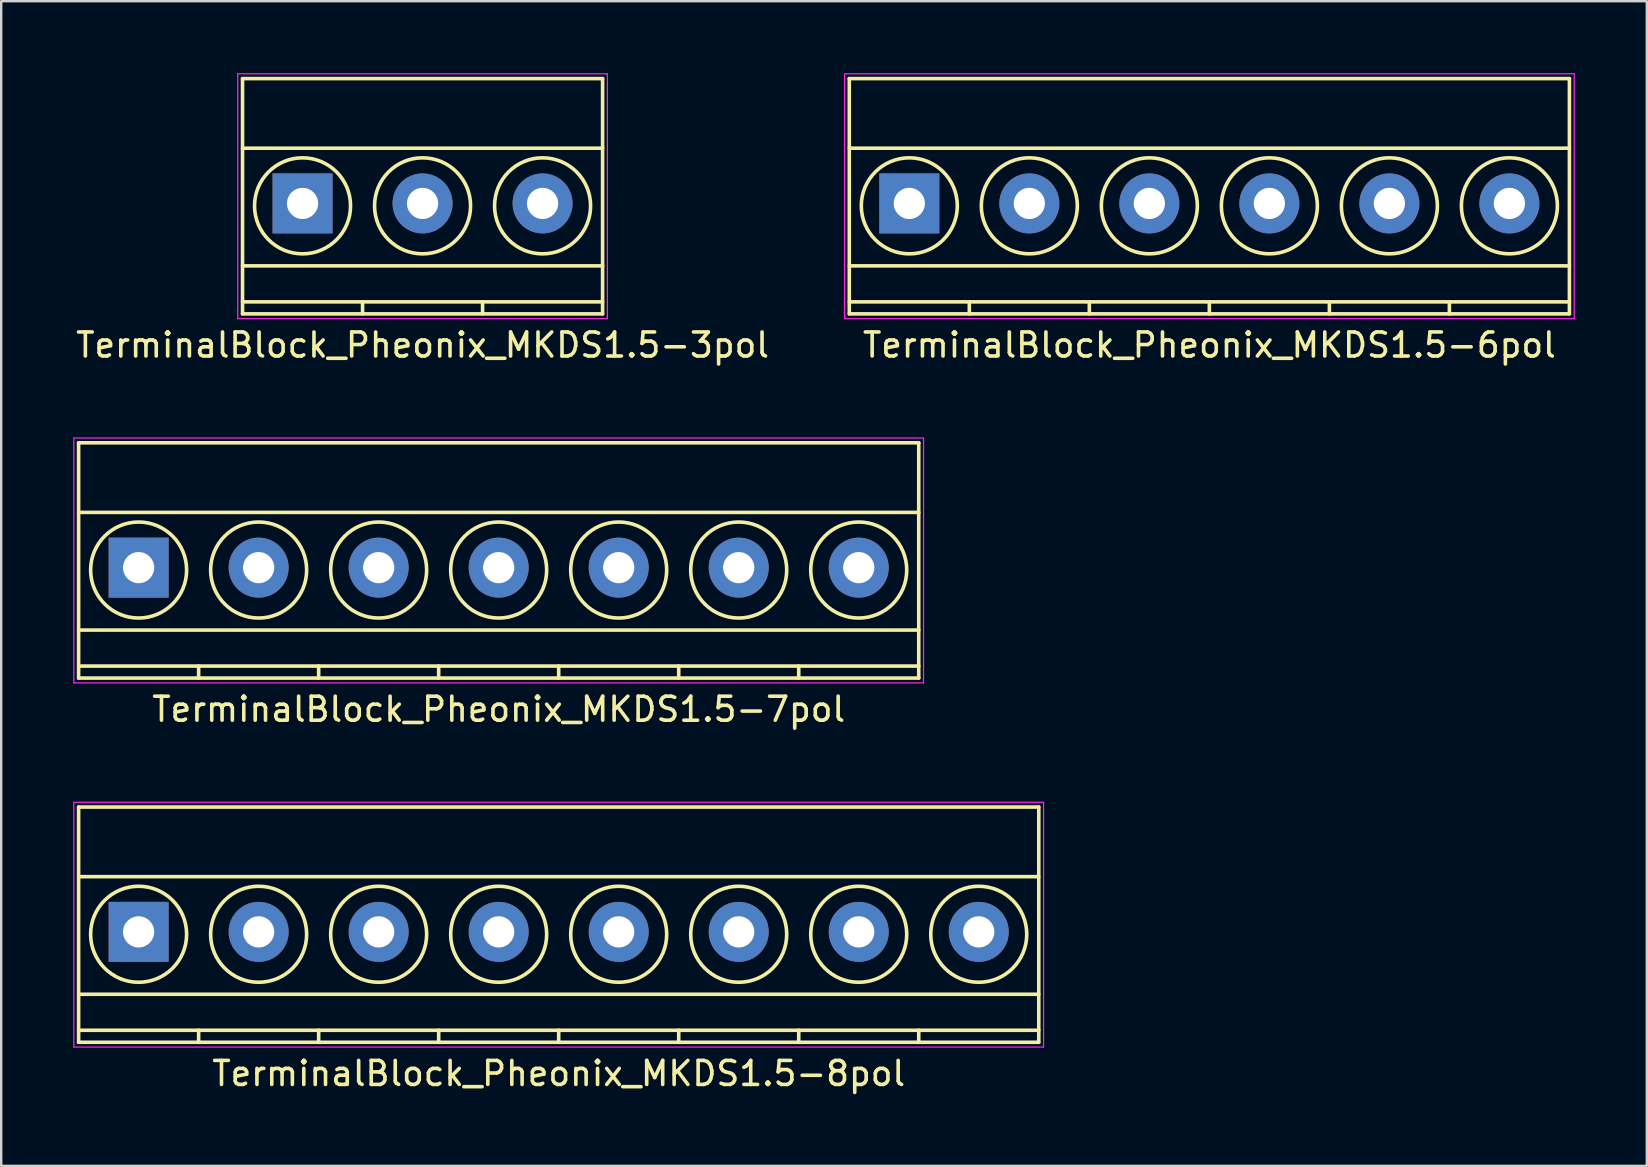
<source format=kicad_pcb>
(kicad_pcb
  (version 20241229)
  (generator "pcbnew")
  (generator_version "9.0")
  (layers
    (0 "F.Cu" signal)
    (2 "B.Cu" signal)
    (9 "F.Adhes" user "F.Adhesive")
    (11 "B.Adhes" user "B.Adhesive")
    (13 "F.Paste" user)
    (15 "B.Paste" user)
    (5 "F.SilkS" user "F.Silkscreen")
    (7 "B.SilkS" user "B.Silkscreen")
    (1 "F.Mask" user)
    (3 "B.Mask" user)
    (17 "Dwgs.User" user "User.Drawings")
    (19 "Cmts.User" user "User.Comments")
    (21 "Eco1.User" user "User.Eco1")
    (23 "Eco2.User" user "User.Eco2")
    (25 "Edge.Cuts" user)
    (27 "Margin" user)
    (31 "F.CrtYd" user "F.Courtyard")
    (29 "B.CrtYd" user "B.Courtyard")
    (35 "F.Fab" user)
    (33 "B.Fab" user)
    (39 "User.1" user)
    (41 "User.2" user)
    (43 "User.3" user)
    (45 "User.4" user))
  (footprint "TerminalBlock_Pheonix_MKDS1.5-8pol"
    (layer "F.Cu")
    (at 2.725 35.772)
    (property "Reference" "TerminalBlock_Pheonix_MKDS1.5-8pol" (at 17.5 5.9 0) (layer "F.SilkS") (effects (font (size 1 1) (thickness 0.15))))
    (attr through_hole)
    (fp_line (start -2.5 -5.2) (end -2.5 4.6) (stroke (width 0.15) (type solid)) (layer "F.SilkS"))
    (fp_line (start -2.5 -2.3) (end 37.5 -2.3) (stroke (width 0.15) (type solid)) (layer "F.SilkS"))
    (fp_line (start -2.5 2.6) (end 37.5 2.6) (stroke (width 0.15) (type solid)) (layer "F.SilkS"))
    (fp_line (start -2.5 4.1) (end 37.5 4.1) (stroke (width 0.15) (type solid)) (layer "F.SilkS"))
    (fp_line (start -2.5 4.6) (end 37.5 4.6) (stroke (width 0.15) (type solid)) (layer "F.SilkS"))
    (fp_line (start 2.5 4.1) (end 2.5 4.6) (stroke (width 0.15) (type solid)) (layer "F.SilkS"))
    (fp_line (start 7.5 4.1) (end 7.5 4.6) (stroke (width 0.15) (type solid)) (layer "F.SilkS"))
    (fp_line (start 12.5 4.1) (end 12.5 4.6) (stroke (width 0.15) (type solid)) (layer "F.SilkS"))
    (fp_line (start 17.5 4.1) (end 17.5 4.6) (stroke (width 0.15) (type solid)) (layer "F.SilkS"))
    (fp_line (start 22.5 4.1) (end 22.5 4.6) (stroke (width 0.15) (type solid)) (layer "F.SilkS"))
    (fp_line (start 27.5 4.1) (end 27.5 4.6) (stroke (width 0.15) (type solid)) (layer "F.SilkS"))
    (fp_line (start 32.5 4.1) (end 32.5 4.6) (stroke (width 0.15) (type solid)) (layer "F.SilkS"))
    (fp_line (start 37.5 -5.2) (end -2.5 -5.2) (stroke (width 0.15) (type solid)) (layer "F.SilkS"))
    (fp_line (start 37.5 4.6) (end 37.5 -5.2) (stroke (width 0.15) (type solid)) (layer "F.SilkS"))
    (fp_circle (center 0 0.1) (end 2 0.1) (stroke (width 0.15) (type solid)) (fill no) (layer "F.SilkS"))
    (fp_circle (center 5 0.1) (end 3 0.1) (stroke (width 0.15) (type solid)) (fill no) (layer "F.SilkS"))
    (fp_circle (center 10 0.1) (end 8 0.1) (stroke (width 0.15) (type solid)) (fill no) (layer "F.SilkS"))
    (fp_circle (center 15 0.1) (end 13 0.1) (stroke (width 0.15) (type solid)) (fill no) (layer "F.SilkS"))
    (fp_circle (center 20 0.1) (end 18 0.1) (stroke (width 0.15) (type solid)) (fill no) (layer "F.SilkS"))
    (fp_circle (center 25 0.1) (end 23 0.1) (stroke (width 0.15) (type solid)) (fill no) (layer "F.SilkS"))
    (fp_circle (center 30 0.1) (end 28 0.1) (stroke (width 0.15) (type solid)) (fill no) (layer "F.SilkS"))
    (fp_circle (center 35 0.1) (end 33 0.1) (stroke (width 0.15) (type solid)) (fill no) (layer "F.SilkS"))
    (fp_line (start -2.7 -5.4) (end 37.7 -5.4) (stroke (width 0.05) (type solid)) (layer "F.CrtYd"))
    (fp_line (start -2.7 4.8) (end -2.7 -5.4) (stroke (width 0.05) (type solid)) (layer "F.CrtYd"))
    (fp_line (start 37.7 -5.4) (end 37.7 4.8) (stroke (width 0.05) (type solid)) (layer "F.CrtYd"))
    (fp_line (start 37.7 4.8) (end -2.7 4.8) (stroke (width 0.05) (type solid)) (layer "F.CrtYd"))
    (pad "1" thru_hole rect (at 0 0) (size 2.5 2.5) (drill 1.3) (layers "*.Cu" "*.Mask"))
    (pad "2" thru_hole circle (at 5 0) (size 2.5 2.5) (drill 1.3) (layers "*.Cu" "*.Mask"))
    (pad "3" thru_hole circle (at 10 0) (size 2.5 2.5) (drill 1.3) (layers "*.Cu" "*.Mask"))
    (pad "4" thru_hole circle (at 15 0) (size 2.5 2.5) (drill 1.3) (layers "*.Cu" "*.Mask"))
    (pad "5" thru_hole circle (at 20 0) (size 2.5 2.5) (drill 1.3) (layers "*.Cu" "*.Mask"))
    (pad "6" thru_hole circle (at 25 0) (size 2.5 2.5) (drill 1.3) (layers "*.Cu" "*.Mask"))
    (pad "7" thru_hole circle (at 30 0) (size 2.5 2.5) (drill 1.3) (layers "*.Cu" "*.Mask"))
    (pad "8" thru_hole circle (at 35 0) (size 2.5 2.5) (drill 1.3) (layers "*.Cu" "*.Mask")))
  (footprint "TerminalBlock_Pheonix_MKDS1.5-7pol"
    (layer "F.Cu")
    (at 2.725 20.598)
    (property "Reference" "TerminalBlock_Pheonix_MKDS1.5-7pol" (at 15 5.9 0) (layer "F.SilkS") (effects (font (size 1 1) (thickness 0.15))))
    (attr through_hole)
    (fp_line (start -2.5 -5.2) (end -2.5 4.6) (stroke (width 0.15) (type solid)) (layer "F.SilkS"))
    (fp_line (start -2.5 -2.3) (end 32.5 -2.3) (stroke (width 0.15) (type solid)) (layer "F.SilkS"))
    (fp_line (start -2.5 2.6) (end 32.5 2.6) (stroke (width 0.15) (type solid)) (layer "F.SilkS"))
    (fp_line (start -2.5 4.1) (end 32.5 4.1) (stroke (width 0.15) (type solid)) (layer "F.SilkS"))
    (fp_line (start -2.5 4.6) (end 32.5 4.6) (stroke (width 0.15) (type solid)) (layer "F.SilkS"))
    (fp_line (start 2.5 4.1) (end 2.5 4.6) (stroke (width 0.15) (type solid)) (layer "F.SilkS"))
    (fp_line (start 7.5 4.1) (end 7.5 4.6) (stroke (width 0.15) (type solid)) (layer "F.SilkS"))
    (fp_line (start 12.5 4.1) (end 12.5 4.6) (stroke (width 0.15) (type solid)) (layer "F.SilkS"))
    (fp_line (start 17.5 4.1) (end 17.5 4.6) (stroke (width 0.15) (type solid)) (layer "F.SilkS"))
    (fp_line (start 22.5 4.1) (end 22.5 4.6) (stroke (width 0.15) (type solid)) (layer "F.SilkS"))
    (fp_line (start 27.5 4.1) (end 27.5 4.6) (stroke (width 0.15) (type solid)) (layer "F.SilkS"))
    (fp_line (start 32.5 -5.2) (end -2.5 -5.2) (stroke (width 0.15) (type solid)) (layer "F.SilkS"))
    (fp_line (start 32.5 4.6) (end 32.5 -5.2) (stroke (width 0.15) (type solid)) (layer "F.SilkS"))
    (fp_circle (center 0 0.1) (end 2 0.1) (stroke (width 0.15) (type solid)) (fill no) (layer "F.SilkS"))
    (fp_circle (center 5 0.1) (end 3 0.1) (stroke (width 0.15) (type solid)) (fill no) (layer "F.SilkS"))
    (fp_circle (center 10 0.1) (end 8 0.1) (stroke (width 0.15) (type solid)) (fill no) (layer "F.SilkS"))
    (fp_circle (center 15 0.1) (end 13 0.1) (stroke (width 0.15) (type solid)) (fill no) (layer "F.SilkS"))
    (fp_circle (center 20 0.1) (end 18 0.1) (stroke (width 0.15) (type solid)) (fill no) (layer "F.SilkS"))
    (fp_circle (center 25 0.1) (end 23 0.1) (stroke (width 0.15) (type solid)) (fill no) (layer "F.SilkS"))
    (fp_circle (center 30 0.1) (end 28 0.1) (stroke (width 0.15) (type solid)) (fill no) (layer "F.SilkS"))
    (fp_line (start -2.7 -5.4) (end 32.7 -5.4) (stroke (width 0.05) (type solid)) (layer "F.CrtYd"))
    (fp_line (start -2.7 4.8) (end -2.7 -5.4) (stroke (width 0.05) (type solid)) (layer "F.CrtYd"))
    (fp_line (start 32.7 -5.4) (end 32.7 4.8) (stroke (width 0.05) (type solid)) (layer "F.CrtYd"))
    (fp_line (start 32.7 4.8) (end -2.7 4.8) (stroke (width 0.05) (type solid)) (layer "F.CrtYd"))
    (pad "1" thru_hole rect (at 0 0) (size 2.5 2.5) (drill 1.3) (layers "*.Cu" "*.Mask"))
    (pad "2" thru_hole circle (at 5 0) (size 2.5 2.5) (drill 1.3) (layers "*.Cu" "*.Mask"))
    (pad "3" thru_hole circle (at 10 0) (size 2.5 2.5) (drill 1.3) (layers "*.Cu" "*.Mask"))
    (pad "4" thru_hole circle (at 15 0) (size 2.5 2.5) (drill 1.3) (layers "*.Cu" "*.Mask"))
    (pad "5" thru_hole circle (at 20 0) (size 2.5 2.5) (drill 1.3) (layers "*.Cu" "*.Mask"))
    (pad "6" thru_hole circle (at 25 0) (size 2.5 2.5) (drill 1.3) (layers "*.Cu" "*.Mask"))
    (pad "7" thru_hole circle (at 30 0) (size 2.5 2.5) (drill 1.3) (layers "*.Cu" "*.Mask")))
  (footprint "TerminalBlock_Pheonix_MKDS1.5-6pol"
    (layer "F.Cu")
    (at 34.832 5.425)
    (property "Reference" "TerminalBlock_Pheonix_MKDS1.5-6pol" (at 12.5 5.9 0) (layer "F.SilkS") (effects (font (size 1 1) (thickness 0.15))))
    (attr through_hole)
    (fp_line (start -2.5 -5.2) (end -2.5 4.6) (stroke (width 0.15) (type solid)) (layer "F.SilkS"))
    (fp_line (start -2.5 -2.3) (end 27.5 -2.3) (stroke (width 0.15) (type solid)) (layer "F.SilkS"))
    (fp_line (start -2.5 2.6) (end 27.5 2.6) (stroke (width 0.15) (type solid)) (layer "F.SilkS"))
    (fp_line (start -2.5 4.1) (end 27.5 4.1) (stroke (width 0.15) (type solid)) (layer "F.SilkS"))
    (fp_line (start -2.5 4.6) (end 27.5 4.6) (stroke (width 0.15) (type solid)) (layer "F.SilkS"))
    (fp_line (start 2.5 4.1) (end 2.5 4.6) (stroke (width 0.15) (type solid)) (layer "F.SilkS"))
    (fp_line (start 7.5 4.1) (end 7.5 4.6) (stroke (width 0.15) (type solid)) (layer "F.SilkS"))
    (fp_line (start 12.5 4.1) (end 12.5 4.6) (stroke (width 0.15) (type solid)) (layer "F.SilkS"))
    (fp_line (start 17.5 4.1) (end 17.5 4.6) (stroke (width 0.15) (type solid)) (layer "F.SilkS"))
    (fp_line (start 22.5 4.1) (end 22.5 4.6) (stroke (width 0.15) (type solid)) (layer "F.SilkS"))
    (fp_line (start 27.5 -5.2) (end -2.5 -5.2) (stroke (width 0.15) (type solid)) (layer "F.SilkS"))
    (fp_line (start 27.5 4.6) (end 27.5 -5.2) (stroke (width 0.15) (type solid)) (layer "F.SilkS"))
    (fp_circle (center 0 0.1) (end 2 0.1) (stroke (width 0.15) (type solid)) (fill no) (layer "F.SilkS"))
    (fp_circle (center 5 0.1) (end 3 0.1) (stroke (width 0.15) (type solid)) (fill no) (layer "F.SilkS"))
    (fp_circle (center 10 0.1) (end 8 0.1) (stroke (width 0.15) (type solid)) (fill no) (layer "F.SilkS"))
    (fp_circle (center 15 0.1) (end 13 0.1) (stroke (width 0.15) (type solid)) (fill no) (layer "F.SilkS"))
    (fp_circle (center 20 0.1) (end 18 0.1) (stroke (width 0.15) (type solid)) (fill no) (layer "F.SilkS"))
    (fp_circle (center 25 0.1) (end 23 0.1) (stroke (width 0.15) (type solid)) (fill no) (layer "F.SilkS"))
    (fp_line (start -2.7 -5.4) (end 27.7 -5.4) (stroke (width 0.05) (type solid)) (layer "F.CrtYd"))
    (fp_line (start -2.7 4.8) (end -2.7 -5.4) (stroke (width 0.05) (type solid)) (layer "F.CrtYd"))
    (fp_line (start 27.7 -5.4) (end 27.7 4.8) (stroke (width 0.05) (type solid)) (layer "F.CrtYd"))
    (fp_line (start 27.7 4.8) (end -2.7 4.8) (stroke (width 0.05) (type solid)) (layer "F.CrtYd"))
    (pad "1" thru_hole rect (at 0 0) (size 2.5 2.5) (drill 1.3) (layers "*.Cu" "*.Mask"))
    (pad "2" thru_hole circle (at 5 0) (size 2.5 2.5) (drill 1.3) (layers "*.Cu" "*.Mask"))
    (pad "3" thru_hole circle (at 10 0) (size 2.5 2.5) (drill 1.3) (layers "*.Cu" "*.Mask"))
    (pad "4" thru_hole circle (at 15 0) (size 2.5 2.5) (drill 1.3) (layers "*.Cu" "*.Mask"))
    (pad "5" thru_hole circle (at 20 0) (size 2.5 2.5) (drill 1.3) (layers "*.Cu" "*.Mask"))
    (pad "6" thru_hole circle (at 25 0) (size 2.5 2.5) (drill 1.3) (layers "*.Cu" "*.Mask")))
  (footprint "TerminalBlock_Pheonix_MKDS1.5-3pol"
    (layer "F.Cu")
    (at 9.554 5.425)
    (property "Reference" "TerminalBlock_Pheonix_MKDS1.5-3pol" (at 5 5.9 0) (layer "F.SilkS") (effects (font (size 1 1) (thickness 0.15))))
    (attr through_hole)
    (fp_line (start -2.5 -5.2) (end -2.5 4.6) (stroke (width 0.15) (type solid)) (layer "F.SilkS"))
    (fp_line (start -2.5 -2.3) (end 12.5 -2.3) (stroke (width 0.15) (type solid)) (layer "F.SilkS"))
    (fp_line (start -2.5 2.6) (end 12.5 2.6) (stroke (width 0.15) (type solid)) (layer "F.SilkS"))
    (fp_line (start -2.5 4.1) (end 12.5 4.1) (stroke (width 0.15) (type solid)) (layer "F.SilkS"))
    (fp_line (start -2.5 4.6) (end 12.5 4.6) (stroke (width 0.15) (type solid)) (layer "F.SilkS"))
    (fp_line (start 2.5 4.1) (end 2.5 4.6) (stroke (width 0.15) (type solid)) (layer "F.SilkS"))
    (fp_line (start 7.5 4.1) (end 7.5 4.6) (stroke (width 0.15) (type solid)) (layer "F.SilkS"))
    (fp_line (start 12.5 -5.2) (end -2.5 -5.2) (stroke (width 0.15) (type solid)) (layer "F.SilkS"))
    (fp_line (start 12.5 4.6) (end 12.5 -5.2) (stroke (width 0.15) (type solid)) (layer "F.SilkS"))
    (fp_circle (center 0 0.1) (end 2 0.1) (stroke (width 0.15) (type solid)) (fill no) (layer "F.SilkS"))
    (fp_circle (center 5 0.1) (end 3 0.1) (stroke (width 0.15) (type solid)) (fill no) (layer "F.SilkS"))
    (fp_circle (center 10 0.1) (end 8 0.1) (stroke (width 0.15) (type solid)) (fill no) (layer "F.SilkS"))
    (fp_line (start -2.7 -5.4) (end 12.7 -5.4) (stroke (width 0.05) (type solid)) (layer "F.CrtYd"))
    (fp_line (start -2.7 4.8) (end -2.7 -5.4) (stroke (width 0.05) (type solid)) (layer "F.CrtYd"))
    (fp_line (start 12.7 -5.4) (end 12.7 4.8) (stroke (width 0.05) (type solid)) (layer "F.CrtYd"))
    (fp_line (start 12.7 4.8) (end -2.7 4.8) (stroke (width 0.05) (type solid)) (layer "F.CrtYd"))
    (pad "1" thru_hole rect (at 0 0) (size 2.5 2.5) (drill 1.3) (layers "*.Cu" "*.Mask"))
    (pad "2" thru_hole circle (at 5 0) (size 2.5 2.5) (drill 1.3) (layers "*.Cu" "*.Mask"))
    (pad "3" thru_hole circle (at 10 0) (size 2.5 2.5) (drill 1.3) (layers "*.Cu" "*.Mask")))
  (gr_rect
    (start -3 -3)
    (end 65.557 45.52)
    (stroke (width 0.1) (type default))
    (fill no)
    (layer "Edge.Cuts")))
</source>
